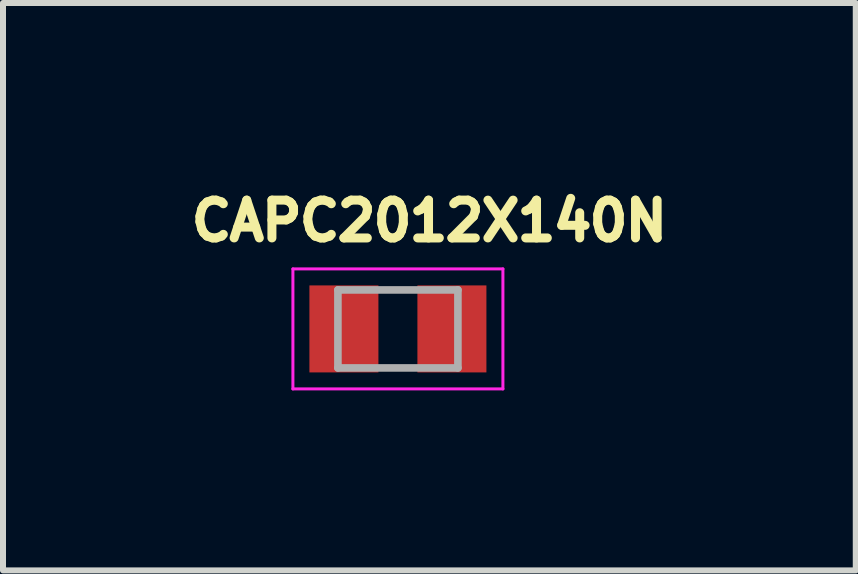
<source format=kicad_pcb>
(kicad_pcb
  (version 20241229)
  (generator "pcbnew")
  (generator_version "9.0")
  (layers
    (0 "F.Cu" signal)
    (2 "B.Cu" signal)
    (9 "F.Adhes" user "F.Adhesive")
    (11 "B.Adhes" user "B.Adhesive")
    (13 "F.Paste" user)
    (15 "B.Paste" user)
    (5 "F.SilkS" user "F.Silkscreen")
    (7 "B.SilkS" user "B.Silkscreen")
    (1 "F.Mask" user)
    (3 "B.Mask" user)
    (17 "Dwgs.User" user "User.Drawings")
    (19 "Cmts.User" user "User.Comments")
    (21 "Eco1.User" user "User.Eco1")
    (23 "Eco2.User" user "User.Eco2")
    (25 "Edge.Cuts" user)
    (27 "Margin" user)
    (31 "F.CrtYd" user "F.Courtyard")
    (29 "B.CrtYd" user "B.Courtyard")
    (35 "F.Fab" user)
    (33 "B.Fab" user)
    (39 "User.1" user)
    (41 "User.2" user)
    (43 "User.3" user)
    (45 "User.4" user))
  (footprint "CAPC2012X140N"
    (layer "F.Cu")
    (at 3.582 2.432)
    (property "Reference" "CAPC2012X140N" (at 0.525 -1.8 0) (layer "F.SilkS") (effects (font (size 0.63 0.63) (thickness 0.15))))
    (attr smd)
    (fp_line (start -1.75 -1) (end 1.75 -1) (stroke (width 0.05) (type solid)) (layer "F.CrtYd"))
    (fp_line (start -1.75 1) (end -1.75 -1) (stroke (width 0.05) (type solid)) (layer "F.CrtYd"))
    (fp_line (start 1.75 -1) (end 1.75 1) (stroke (width 0.05) (type solid)) (layer "F.CrtYd"))
    (fp_line (start 1.75 1) (end -1.75 1) (stroke (width 0.05) (type solid)) (layer "F.CrtYd"))
    (fp_line (start -1 -0.65) (end 1 -0.65) (stroke (width 0.127) (type solid)) (layer "F.Fab"))
    (fp_line (start -1 0.65) (end -1 -0.65) (stroke (width 0.127) (type solid)) (layer "F.Fab"))
    (fp_line (start 1 -0.65) (end 1 0.65) (stroke (width 0.127) (type solid)) (layer "F.Fab"))
    (fp_line (start 1 0.65) (end -1 0.65) (stroke (width 0.127) (type solid)) (layer "F.Fab"))
    (pad "1" smd rect (at -0.9 0) (size 1.15 1.45) (layers "F.Cu" "F.Mask" "F.Paste"))
    (pad "2" smd rect (at 0.9 0) (size 1.15 1.45) (layers "F.Cu" "F.Mask" "F.Paste")))
  (gr_rect
    (start -3 -3)
    (end 11.213 6.457)
    (stroke (width 0.1) (type default))
    (fill no)
    (layer "Edge.Cuts")))
</source>
